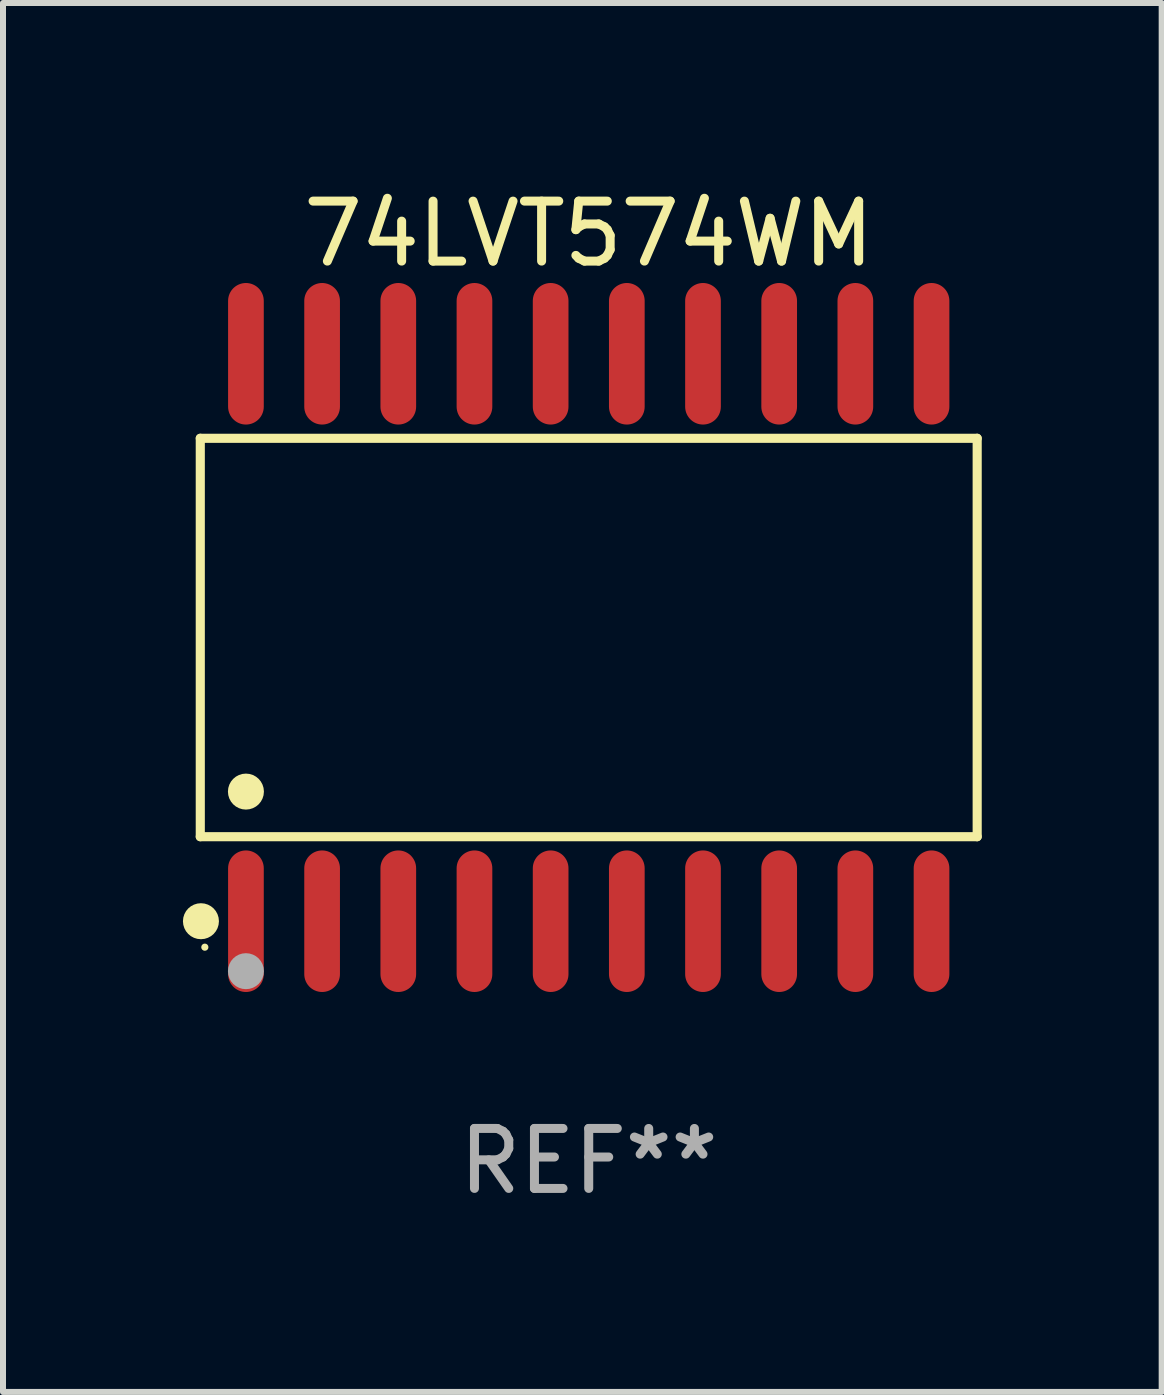
<source format=kicad_pcb>
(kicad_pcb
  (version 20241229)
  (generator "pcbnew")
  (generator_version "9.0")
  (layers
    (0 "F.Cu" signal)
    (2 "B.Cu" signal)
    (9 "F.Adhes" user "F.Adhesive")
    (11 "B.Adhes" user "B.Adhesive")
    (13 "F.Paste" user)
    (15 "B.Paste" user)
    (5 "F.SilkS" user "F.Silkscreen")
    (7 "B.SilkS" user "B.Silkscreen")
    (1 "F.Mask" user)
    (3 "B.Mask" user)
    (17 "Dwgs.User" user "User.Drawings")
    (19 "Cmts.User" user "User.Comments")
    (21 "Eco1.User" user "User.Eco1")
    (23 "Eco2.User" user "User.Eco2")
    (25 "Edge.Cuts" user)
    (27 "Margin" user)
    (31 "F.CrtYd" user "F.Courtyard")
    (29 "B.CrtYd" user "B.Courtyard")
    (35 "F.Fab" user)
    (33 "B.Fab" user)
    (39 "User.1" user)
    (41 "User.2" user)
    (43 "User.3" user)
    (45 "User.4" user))
  (footprint "74LVT574WM"
    (layer "F.Cu")
    (at 6.765 7.578)
    (property "Reference" "74LVT574WM" (at 0 -6.73 0) (layer "F.SilkS") (effects (font (size 1 1) (thickness 0.15))))
    (attr through_hole)
    (fp_line (start -6.476 -3.321) (end 6.476 -3.321) (stroke (width 0.152) (type solid)) (layer "F.SilkS"))
    (fp_line (start -6.476 3.321) (end -6.476 -3.321) (stroke (width 0.152) (type solid)) (layer "F.SilkS"))
    (fp_line (start 6.476 -3.321) (end 6.476 3.321) (stroke (width 0.152) (type solid)) (layer "F.SilkS"))
    (fp_line (start 6.476 3.321) (end -6.476 3.321) (stroke (width 0.152) (type solid)) (layer "F.SilkS"))
    (fp_circle (center -6.465 4.73) (end -6.315 4.73) (stroke (width 0.3) (type solid)) (fill no) (layer "F.SilkS"))
    (fp_circle (center -6.4 5.163) (end -6.37 5.163) (stroke (width 0.06) (type solid)) (fill no) (layer "F.SilkS"))
    (fp_circle (center -5.715 2.569) (end -5.565 2.569) (stroke (width 0.3) (type solid)) (fill no) (layer "F.SilkS"))
    (fp_circle (center -5.715 5.563) (end -5.565 5.563) (stroke (width 0.3) (type solid)) (fill no) (layer "F.Fab"))
    (fp_text user "REF**" (at 0 8.73 0) (layer "F.Fab") (effects (font (size 1 1) (thickness 0.15))))
    (pad "1" smd oval (at -5.715 4.73) (size 0.595 2.36) (layers "F.Cu" "F.Mask" "F.Paste"))
    (pad "2" smd oval (at -4.445 4.73) (size 0.595 2.36) (layers "F.Cu" "F.Mask" "F.Paste"))
    (pad "3" smd oval (at -3.175 4.73) (size 0.595 2.36) (layers "F.Cu" "F.Mask" "F.Paste"))
    (pad "4" smd oval (at -1.905 4.73) (size 0.595 2.36) (layers "F.Cu" "F.Mask" "F.Paste"))
    (pad "5" smd oval (at -0.635 4.73) (size 0.595 2.36) (layers "F.Cu" "F.Mask" "F.Paste"))
    (pad "6" smd oval (at 0.635 4.73) (size 0.595 2.36) (layers "F.Cu" "F.Mask" "F.Paste"))
    (pad "7" smd oval (at 1.905 4.73) (size 0.595 2.36) (layers "F.Cu" "F.Mask" "F.Paste"))
    (pad "8" smd oval (at 3.175 4.73) (size 0.595 2.36) (layers "F.Cu" "F.Mask" "F.Paste"))
    (pad "9" smd oval (at 4.445 4.73) (size 0.595 2.36) (layers "F.Cu" "F.Mask" "F.Paste"))
    (pad "10" smd oval (at 5.715 4.73) (size 0.595 2.36) (layers "F.Cu" "F.Mask" "F.Paste"))
    (pad "11" smd oval (at 5.715 -4.73) (size 0.595 2.36) (layers "F.Cu" "F.Mask" "F.Paste"))
    (pad "12" smd oval (at 4.445 -4.73) (size 0.595 2.36) (layers "F.Cu" "F.Mask" "F.Paste"))
    (pad "13" smd oval (at 3.175 -4.73) (size 0.595 2.36) (layers "F.Cu" "F.Mask" "F.Paste"))
    (pad "14" smd oval (at 1.905 -4.73) (size 0.595 2.36) (layers "F.Cu" "F.Mask" "F.Paste"))
    (pad "15" smd oval (at 0.635 -4.73) (size 0.595 2.36) (layers "F.Cu" "F.Mask" "F.Paste"))
    (pad "16" smd oval (at -0.635 -4.73) (size 0.595 2.36) (layers "F.Cu" "F.Mask" "F.Paste"))
    (pad "17" smd oval (at -1.905 -4.73) (size 0.595 2.36) (layers "F.Cu" "F.Mask" "F.Paste"))
    (pad "18" smd oval (at -3.175 -4.73) (size 0.595 2.36) (layers "F.Cu" "F.Mask" "F.Paste"))
    (pad "19" smd oval (at -4.445 -4.73) (size 0.595 2.36) (layers "F.Cu" "F.Mask" "F.Paste"))
    (pad "20" smd oval (at -5.715 -4.73) (size 0.595 2.36) (layers "F.Cu" "F.Mask" "F.Paste")))
  (gr_rect
    (start -3 -3)
    (end 16.317 20.156)
    (stroke (width 0.1) (type default))
    (fill no)
    (layer "Edge.Cuts")))
</source>
